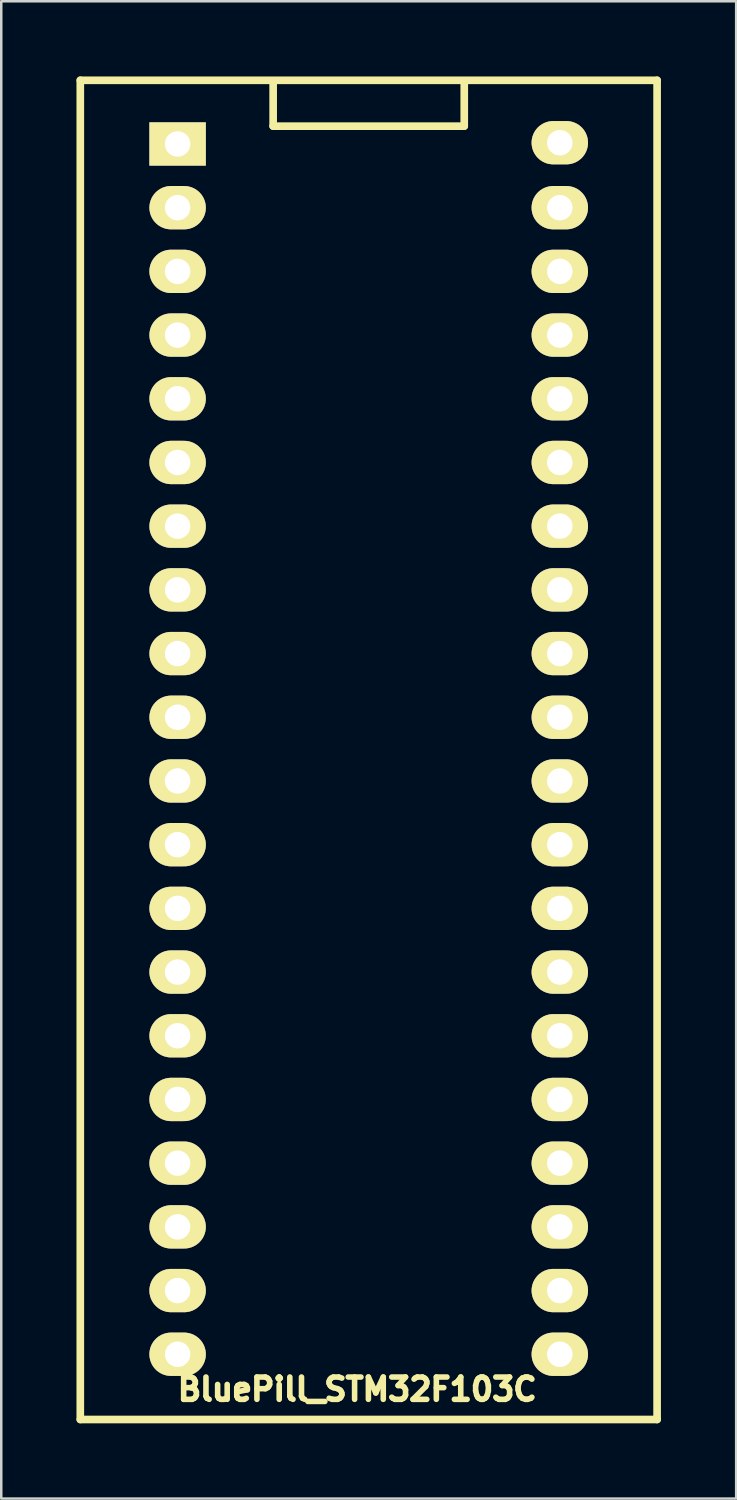
<source format=kicad_pcb>
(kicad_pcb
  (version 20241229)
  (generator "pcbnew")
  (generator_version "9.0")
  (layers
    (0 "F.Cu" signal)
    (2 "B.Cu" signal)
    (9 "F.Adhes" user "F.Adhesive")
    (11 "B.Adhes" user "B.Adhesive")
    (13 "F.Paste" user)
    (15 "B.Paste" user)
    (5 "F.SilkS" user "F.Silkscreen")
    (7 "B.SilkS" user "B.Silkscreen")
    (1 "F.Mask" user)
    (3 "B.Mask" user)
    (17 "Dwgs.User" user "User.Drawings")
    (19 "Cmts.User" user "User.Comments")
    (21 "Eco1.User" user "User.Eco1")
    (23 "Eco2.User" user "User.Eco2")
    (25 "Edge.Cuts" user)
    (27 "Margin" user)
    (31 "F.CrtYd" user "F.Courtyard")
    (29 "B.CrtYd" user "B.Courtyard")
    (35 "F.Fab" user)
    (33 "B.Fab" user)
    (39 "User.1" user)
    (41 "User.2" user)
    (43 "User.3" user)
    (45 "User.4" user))
  (footprint "BluePill_STM32F103C"
    (layer "F.Cu")
    (at 4.032 2.742)
    (property "Reference" "BluePill_STM32F103C" (at 7.163 49.606 180) (layer "F.SilkS") (effects (font (size 0.889 0.889) (thickness 0.305))))
    (attr through_hole)
    (fp_line (start -3.88 -2.59) (end 19.12 -2.59) (stroke (width 0.305) (type solid)) (layer "F.SilkS"))
    (fp_line (start -3.88 50.81) (end -3.88 -2.59) (stroke (width 0.305) (type solid)) (layer "F.SilkS"))
    (fp_line (start 3.81 -2.54) (end 3.81 -0.762) (stroke (width 0.305) (type solid)) (layer "F.SilkS"))
    (fp_line (start 3.81 -0.762) (end 11.43 -0.762) (stroke (width 0.305) (type solid)) (layer "F.SilkS"))
    (fp_line (start 11.43 -0.762) (end 11.43 -2.54) (stroke (width 0.305) (type solid)) (layer "F.SilkS"))
    (fp_line (start 19.12 -2.59) (end 19.12 50.81) (stroke (width 0.305) (type solid)) (layer "F.SilkS"))
    (fp_line (start 19.12 50.81) (end -3.88 50.81) (stroke (width 0.305) (type solid)) (layer "F.SilkS"))
    (pad "1" thru_hole rect (at 0 -0.051 270) (size 1.727 2.25) (drill 1.016) (layers "*.Cu" "*.Mask" "F.SilkS"))
    (pad "2" thru_hole oval (at 0 2.489 270) (size 1.727 2.25) (drill 1.016) (layers "*.Cu" "*.Mask" "F.SilkS"))
    (pad "3" thru_hole oval (at 0 5.029 270) (size 1.727 2.25) (drill 1.016) (layers "*.Cu" "*.Mask" "F.SilkS"))
    (pad "4" thru_hole oval (at 0 7.569 270) (size 1.727 2.25) (drill 1.016) (layers "*.Cu" "*.Mask" "F.SilkS"))
    (pad "5" thru_hole oval (at 0 10.109 270) (size 1.727 2.25) (drill 1.016) (layers "*.Cu" "*.Mask" "F.SilkS"))
    (pad "6" thru_hole oval (at 0 12.649 270) (size 1.727 2.25) (drill 1.016) (layers "*.Cu" "*.Mask" "F.SilkS"))
    (pad "7" thru_hole oval (at 0 15.189 270) (size 1.727 2.25) (drill 1.016) (layers "*.Cu" "*.Mask" "F.SilkS"))
    (pad "8" thru_hole oval (at 0 17.729 270) (size 1.727 2.25) (drill 1.016) (layers "*.Cu" "*.Mask" "F.SilkS"))
    (pad "9" thru_hole oval (at 0 20.269 270) (size 1.727 2.25) (drill 1.016) (layers "*.Cu" "*.Mask" "F.SilkS"))
    (pad "10" thru_hole oval (at 0 22.809 270) (size 1.727 2.25) (drill 1.016) (layers "*.Cu" "*.Mask" "F.SilkS"))
    (pad "11" thru_hole oval (at 0 25.349 270) (size 1.727 2.25) (drill 1.016) (layers "*.Cu" "*.Mask" "F.SilkS"))
    (pad "12" thru_hole oval (at 0 27.889 270) (size 1.727 2.25) (drill 1.016) (layers "*.Cu" "*.Mask" "F.SilkS"))
    (pad "13" thru_hole oval (at 0 30.429 270) (size 1.727 2.25) (drill 1.016) (layers "*.Cu" "*.Mask" "F.SilkS"))
    (pad "14" thru_hole oval (at 0 32.969 270) (size 1.727 2.25) (drill 1.016) (layers "*.Cu" "*.Mask" "F.SilkS"))
    (pad "15" thru_hole oval (at 0 35.509 270) (size 1.727 2.25) (drill 1.016) (layers "*.Cu" "*.Mask" "F.SilkS"))
    (pad "16" thru_hole oval (at 0 38.049 270) (size 1.727 2.25) (drill 1.016) (layers "*.Cu" "*.Mask" "F.SilkS"))
    (pad "17" thru_hole oval (at 0 40.589 270) (size 1.727 2.25) (drill 1.016) (layers "*.Cu" "*.Mask" "F.SilkS"))
    (pad "18" thru_hole oval (at 0 43.129 270) (size 1.727 2.25) (drill 1.016) (layers "*.Cu" "*.Mask" "F.SilkS"))
    (pad "19" thru_hole oval (at 0 45.669 270) (size 1.727 2.25) (drill 1.016) (layers "*.Cu" "*.Mask" "F.SilkS"))
    (pad "20" thru_hole oval (at 0 48.209 270) (size 1.727 2.25) (drill 1.016) (layers "*.Cu" "*.Mask" "F.SilkS"))
    (pad "21" thru_hole oval (at 15.24 48.209 90) (size 1.727 2.25) (drill 1.016) (layers "*.Cu" "*.Mask" "F.SilkS"))
    (pad "22" thru_hole oval (at 15.24 45.669 90) (size 1.727 2.25) (drill 1.016) (layers "*.Cu" "*.Mask" "F.SilkS"))
    (pad "23" thru_hole oval (at 15.24 43.129 90) (size 1.727 2.25) (drill 1.016) (layers "*.Cu" "*.Mask" "F.SilkS"))
    (pad "24" thru_hole oval (at 15.24 40.589 90) (size 1.727 2.25) (drill 1.016) (layers "*.Cu" "*.Mask" "F.SilkS"))
    (pad "25" thru_hole oval (at 15.24 38.049 90) (size 1.727 2.25) (drill 1.016) (layers "*.Cu" "*.Mask" "F.SilkS"))
    (pad "26" thru_hole oval (at 15.24 35.509 90) (size 1.727 2.25) (drill 1.016) (layers "*.Cu" "*.Mask" "F.SilkS"))
    (pad "27" thru_hole oval (at 15.24 32.969 90) (size 1.727 2.25) (drill 1.016) (layers "*.Cu" "*.Mask" "F.SilkS"))
    (pad "28" thru_hole oval (at 15.24 30.429 90) (size 1.727 2.25) (drill 1.016) (layers "*.Cu" "*.Mask" "F.SilkS"))
    (pad "29" thru_hole oval (at 15.24 27.889 90) (size 1.727 2.25) (drill 1.016) (layers "*.Cu" "*.Mask" "F.SilkS"))
    (pad "30" thru_hole oval (at 15.24 25.349 90) (size 1.727 2.25) (drill 1.016) (layers "*.Cu" "*.Mask" "F.SilkS"))
    (pad "31" thru_hole oval (at 15.24 22.809 90) (size 1.727 2.25) (drill 1.016) (layers "*.Cu" "*.Mask" "F.SilkS"))
    (pad "32" thru_hole oval (at 15.24 20.269 90) (size 1.727 2.25) (drill 1.016) (layers "*.Cu" "*.Mask" "F.SilkS"))
    (pad "33" thru_hole oval (at 15.24 17.729 90) (size 1.727 2.25) (drill 1.016) (layers "*.Cu" "*.Mask" "F.SilkS"))
    (pad "34" thru_hole oval (at 15.24 15.189 90) (size 1.727 2.25) (drill 1.016) (layers "*.Cu" "*.Mask" "F.SilkS"))
    (pad "35" thru_hole oval (at 15.24 12.649 90) (size 1.727 2.25) (drill 1.016) (layers "*.Cu" "*.Mask" "F.SilkS"))
    (pad "36" thru_hole oval (at 15.24 10.109 90) (size 1.727 2.25) (drill 1.016) (layers "*.Cu" "*.Mask" "F.SilkS"))
    (pad "37" thru_hole oval (at 15.24 7.569 90) (size 1.727 2.25) (drill 1.016) (layers "*.Cu" "*.Mask" "F.SilkS"))
    (pad "38" thru_hole oval (at 15.24 5.029 90) (size 1.727 2.25) (drill 1.016) (layers "*.Cu" "*.Mask" "F.SilkS"))
    (pad "39" thru_hole oval (at 15.24 2.489 90) (size 1.727 2.25) (drill 1.016) (layers "*.Cu" "*.Mask" "F.SilkS"))
    (pad "40" thru_hole oval (at 15.24 -0.102 90) (size 1.727 2.25) (drill 1.016) (layers "*.Cu" "*.Mask" "F.SilkS")))
  (gr_rect
    (start -3 -3)
    (end 26.305 56.705)
    (stroke (width 0.1) (type default))
    (fill no)
    (layer "Edge.Cuts")))
</source>
